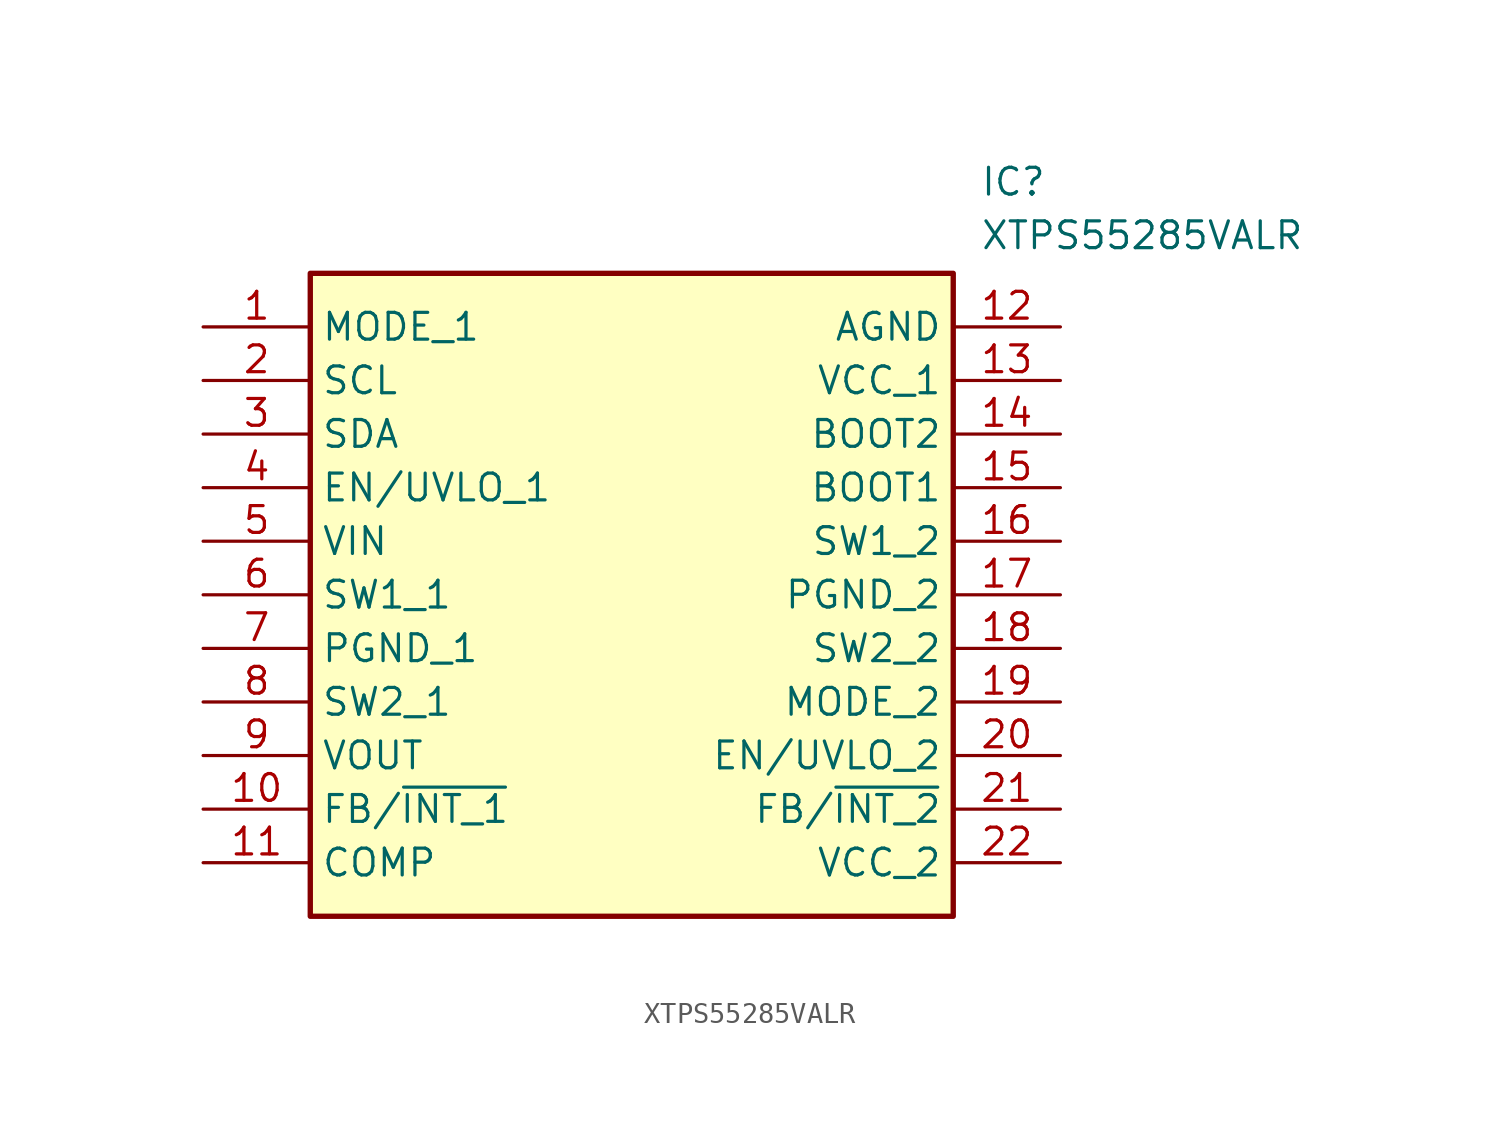
<source format=kicad_sym>
(kicad_symbol_lib
  (version 20211014)
  (generator SamacSys_ECAD_Model)
  (symbol "XTPS55285VALR"
    (property "Reference" "IC"
      (at 36.83 7.62 0)
      (effects (font (size 1.27 1.27)) (justify left top)))
    (property "Value" "XTPS55285VALR"
      (at 36.83 5.08 0)
      (effects (font (size 1.27 1.27)) (justify left top)))
    (rectangle
      (start 5.08 2.54)
      (end 35.56 -27.94)
      (stroke (width 0.254) (type default))
      (fill (type background)))
    (pin passive line
      (at 0 0 0)
      (length 5.08)
      (name "MODE_1" (effects (font (size 1.27 1.27))))
      (number "1" (effects (font (size 1.27 1.27)))))
    (pin passive line
      (at 0 -2.54 0)
      (length 5.08)
      (name "SCL" (effects (font (size 1.27 1.27))))
      (number "2" (effects (font (size 1.27 1.27)))))
    (pin passive line
      (at 0 -5.08 0)
      (length 5.08)
      (name "SDA" (effects (font (size 1.27 1.27))))
      (number "3" (effects (font (size 1.27 1.27)))))
    (pin passive line
      (at 0 -7.62 0)
      (length 5.08)
      (name "EN/UVLO_1" (effects (font (size 1.27 1.27))))
      (number "4" (effects (font (size 1.27 1.27)))))
    (pin passive line
      (at 0 -10.16 0)
      (length 5.08)
      (name "VIN" (effects (font (size 1.27 1.27))))
      (number "5" (effects (font (size 1.27 1.27)))))
    (pin passive line
      (at 0 -12.7 0)
      (length 5.08)
      (name "SW1_1" (effects (font (size 1.27 1.27))))
      (number "6" (effects (font (size 1.27 1.27)))))
    (pin passive line
      (at 0 -15.24 0)
      (length 5.08)
      (name "PGND_1" (effects (font (size 1.27 1.27))))
      (number "7" (effects (font (size 1.27 1.27)))))
    (pin passive line
      (at 0 -17.78 0)
      (length 5.08)
      (name "SW2_1" (effects (font (size 1.27 1.27))))
      (number "8" (effects (font (size 1.27 1.27)))))
    (pin passive line
      (at 0 -20.32 0)
      (length 5.08)
      (name "VOUT" (effects (font (size 1.27 1.27))))
      (number "9" (effects (font (size 1.27 1.27)))))
    (pin passive line
      (at 0 -22.86 0)
      (length 5.08)
      (name "FB/~{INT_1}" (effects (font (size 1.27 1.27))))
      (number "10" (effects (font (size 1.27 1.27)))))
    (pin passive line
      (at 0 -25.4 0)
      (length 5.08)
      (name "COMP" (effects (font (size 1.27 1.27))))
      (number "11" (effects (font (size 1.27 1.27)))))
    (pin passive line
      (at 40.64 0 180)
      (length 5.08)
      (name "AGND" (effects (font (size 1.27 1.27))))
      (number "12" (effects (font (size 1.27 1.27)))))
    (pin passive line
      (at 40.64 -2.54 180)
      (length 5.08)
      (name "VCC_1" (effects (font (size 1.27 1.27))))
      (number "13" (effects (font (size 1.27 1.27)))))
    (pin passive line
      (at 40.64 -5.08 180)
      (length 5.08)
      (name "BOOT2" (effects (font (size 1.27 1.27))))
      (number "14" (effects (font (size 1.27 1.27)))))
    (pin passive line
      (at 40.64 -7.62 180)
      (length 5.08)
      (name "BOOT1" (effects (font (size 1.27 1.27))))
      (number "15" (effects (font (size 1.27 1.27)))))
    (pin passive line
      (at 40.64 -10.16 180)
      (length 5.08)
      (name "SW1_2" (effects (font (size 1.27 1.27))))
      (number "16" (effects (font (size 1.27 1.27)))))
    (pin passive line
      (at 40.64 -12.7 180)
      (length 5.08)
      (name "PGND_2" (effects (font (size 1.27 1.27))))
      (number "17" (effects (font (size 1.27 1.27)))))
    (pin passive line
      (at 40.64 -15.24 180)
      (length 5.08)
      (name "SW2_2" (effects (font (size 1.27 1.27))))
      (number "18" (effects (font (size 1.27 1.27)))))
    (pin passive line
      (at 40.64 -17.78 180)
      (length 5.08)
      (name "MODE_2" (effects (font (size 1.27 1.27))))
      (number "19" (effects (font (size 1.27 1.27)))))
    (pin passive line
      (at 40.64 -20.32 180)
      (length 5.08)
      (name "EN/UVLO_2" (effects (font (size 1.27 1.27))))
      (number "20" (effects (font (size 1.27 1.27)))))
    (pin passive line
      (at 40.64 -22.86 180)
      (length 5.08)
      (name "FB/~{INT_2}" (effects (font (size 1.27 1.27))))
      (number "21" (effects (font (size 1.27 1.27)))))
    (pin passive line
      (at 40.64 -25.4 180)
      (length 5.08)
      (name "VCC_2" (effects (font (size 1.27 1.27))))
      (number "22" (effects (font (size 1.27 1.27)))))))
</source>
